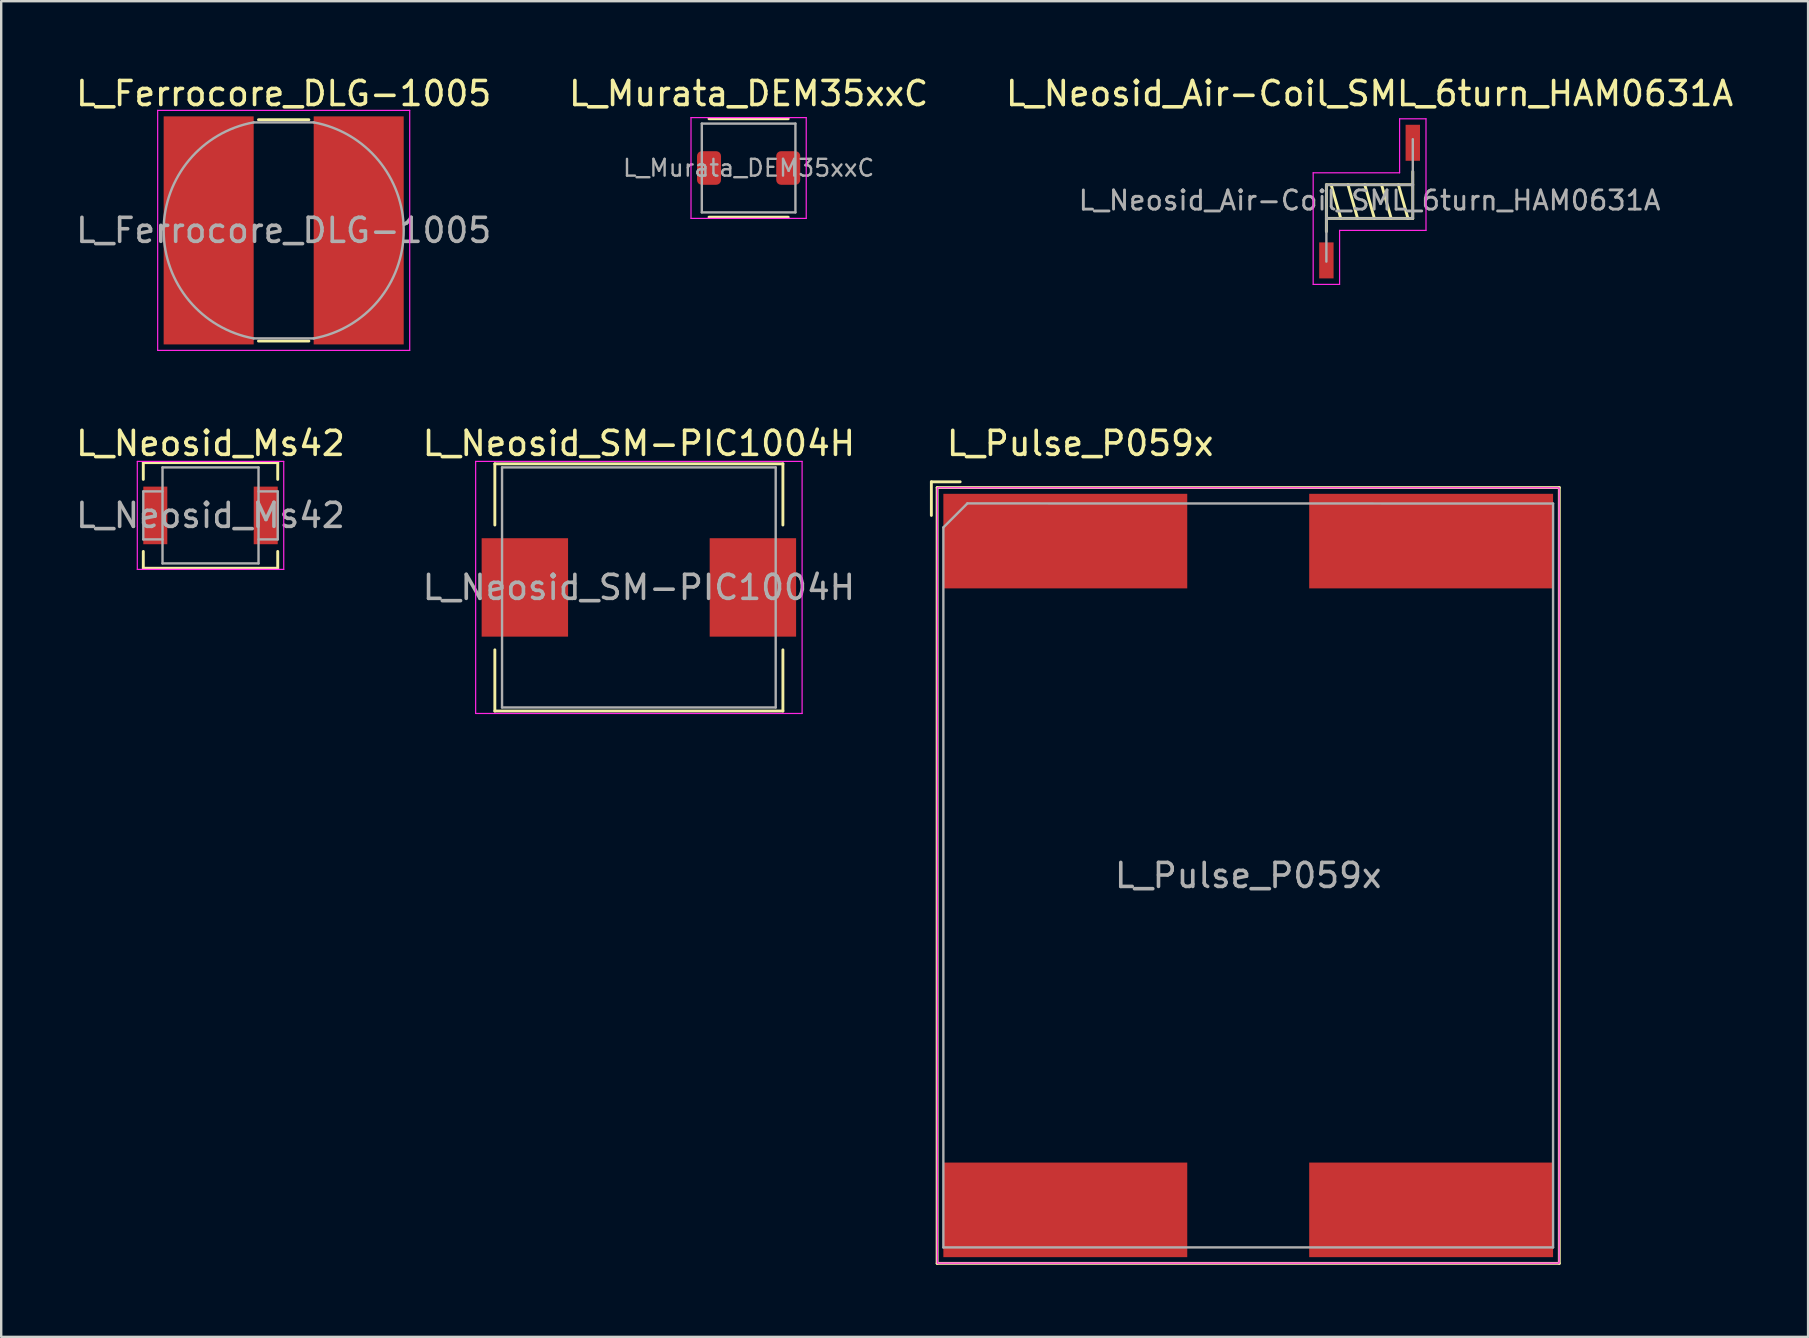
<source format=kicad_pcb>
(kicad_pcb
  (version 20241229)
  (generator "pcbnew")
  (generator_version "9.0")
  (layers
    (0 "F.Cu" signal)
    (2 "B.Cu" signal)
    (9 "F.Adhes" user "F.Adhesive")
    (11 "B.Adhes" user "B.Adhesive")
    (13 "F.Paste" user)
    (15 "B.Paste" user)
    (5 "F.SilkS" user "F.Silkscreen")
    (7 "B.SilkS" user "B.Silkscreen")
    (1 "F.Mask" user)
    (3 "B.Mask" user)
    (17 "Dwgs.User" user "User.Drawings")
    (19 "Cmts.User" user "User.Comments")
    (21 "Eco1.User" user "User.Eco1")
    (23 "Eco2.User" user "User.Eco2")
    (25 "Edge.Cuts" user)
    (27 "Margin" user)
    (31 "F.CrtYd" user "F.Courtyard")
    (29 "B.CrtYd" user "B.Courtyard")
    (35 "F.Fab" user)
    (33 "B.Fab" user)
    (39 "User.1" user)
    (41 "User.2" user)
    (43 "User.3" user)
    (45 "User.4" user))
  (footprint "L_Pulse_P059x"
    (layer "F.Cu")
    (at 48.95 33.422)
    (property "Reference" "L_Pulse_P059x" (at -7 -18 0) (unlocked yes) (layer "F.SilkS") (effects (font (size 1 1) (thickness 0.15))))
    (attr smd)
    (fp_line (start -13.2 -16.4) (end -12 -16.4) (stroke (width 0.12) (type solid)) (layer "F.SilkS"))
    (fp_line (start -13.2 -15) (end -13.2 -16.4) (stroke (width 0.12) (type solid)) (layer "F.SilkS"))
    (fp_line (start -12.96 -16.16) (end 12.96 -16.16) (stroke (width 0.12) (type solid)) (layer "F.SilkS"))
    (fp_line (start -12.96 16.16) (end -12.96 -16.16) (stroke (width 0.12) (type solid)) (layer "F.SilkS"))
    (fp_line (start 12.96 -16.16) (end 12.96 16.16) (stroke (width 0.12) (type solid)) (layer "F.SilkS"))
    (fp_line (start 12.96 16.16) (end -12.96 16.16) (stroke (width 0.12) (type solid)) (layer "F.SilkS"))
    (fp_rect (start -12.95 -16.15) (end 12.95 16.15) (stroke (width 0.05) (type solid)) (fill no) (layer "F.CrtYd"))
    (fp_line (start -12.7 -14.5) (end -11.7 -15.5) (stroke (width 0.1) (type solid)) (layer "F.Fab"))
    (fp_line (start -12.7 15.495) (end -12.7 -14.5) (stroke (width 0.1) (type solid)) (layer "F.Fab"))
    (fp_line (start -11.7 -15.5) (end 12.7 -15.495) (stroke (width 0.1) (type solid)) (layer "F.Fab"))
    (fp_line (start 12.7 -15.495) (end 12.7 15.495) (stroke (width 0.1) (type solid)) (layer "F.Fab"))
    (fp_line (start 12.7 15.495) (end -12.7 15.495) (stroke (width 0.1) (type solid)) (layer "F.Fab"))
    (fp_text user "${REFERENCE}" (at 0 0 0) (unlocked yes) (layer "F.Fab") (effects (font (size 1 1) (thickness 0.15))))
    (pad "1" smd rect (at -7.62 -13.93) (size 10.16 3.94) (layers "F.Cu" "F.Mask" "F.Paste"))
    (pad "2" smd rect (at 7.62 -13.93) (size 10.16 3.94) (layers "F.Cu" "F.Mask" "F.Paste"))
    (pad "3" smd rect (at 7.62 13.93) (size 10.16 3.94) (layers "F.Cu" "F.Mask" "F.Paste"))
    (pad "4" smd rect (at -7.62 13.93) (size 10.16 3.94) (layers "F.Cu" "F.Mask" "F.Paste")))
  (footprint "L_Neosid_Ms42"
    (layer "F.Cu")
    (at 5.72 18.422)
    (property "Reference" "L_Neosid_Ms42" (at 0 -3 0) (layer "F.SilkS") (effects (font (size 1 1) (thickness 0.15))))
    (attr smd)
    (fp_line (start -2.8 -2.2) (end -2.8 -1.5) (stroke (width 0.12) (type solid)) (layer "F.SilkS"))
    (fp_line (start -2.8 2.2) (end -2.8 1.5) (stroke (width 0.12) (type solid)) (layer "F.SilkS"))
    (fp_line (start 2.8 -2.2) (end -2.8 -2.2) (stroke (width 0.12) (type solid)) (layer "F.SilkS"))
    (fp_line (start 2.8 -2.2) (end 2.8 -1.5) (stroke (width 0.12) (type solid)) (layer "F.SilkS"))
    (fp_line (start 2.8 1.5) (end 2.8 2.2) (stroke (width 0.12) (type solid)) (layer "F.SilkS"))
    (fp_line (start 2.8 2.2) (end -2.8 2.2) (stroke (width 0.12) (type solid)) (layer "F.SilkS"))
    (fp_line (start -3.05 -2.25) (end -3.05 2.25) (stroke (width 0.05) (type solid)) (layer "F.CrtYd"))
    (fp_line (start -3.05 -2.25) (end 3.05 -2.25) (stroke (width 0.05) (type solid)) (layer "F.CrtYd"))
    (fp_line (start 3.05 2.25) (end -3.05 2.25) (stroke (width 0.05) (type solid)) (layer "F.CrtYd"))
    (fp_line (start 3.05 2.25) (end 3.05 -2.25) (stroke (width 0.05) (type solid)) (layer "F.CrtYd"))
    (fp_line (start -2.8 -1) (end -2 -1) (stroke (width 0.1) (type solid)) (layer "F.Fab"))
    (fp_line (start -2.8 1) (end -2.8 -1) (stroke (width 0.1) (type solid)) (layer "F.Fab"))
    (fp_line (start -2 -2) (end 2 -2) (stroke (width 0.1) (type solid)) (layer "F.Fab"))
    (fp_line (start -2 1) (end -2.8 1) (stroke (width 0.1) (type solid)) (layer "F.Fab"))
    (fp_line (start -2 2) (end -2 -2) (stroke (width 0.1) (type solid)) (layer "F.Fab"))
    (fp_line (start 2 -2) (end 2 2) (stroke (width 0.1) (type solid)) (layer "F.Fab"))
    (fp_line (start 2 -1) (end 2.8 -1) (stroke (width 0.1) (type solid)) (layer "F.Fab"))
    (fp_line (start 2 2) (end -2 2) (stroke (width 0.1) (type solid)) (layer "F.Fab"))
    (fp_line (start 2.8 -1) (end 2.8 1) (stroke (width 0.1) (type solid)) (layer "F.Fab"))
    (fp_line (start 2.8 1) (end 2 1) (stroke (width 0.1) (type solid)) (layer "F.Fab"))
    (fp_text user "${REFERENCE}" (at 0 0 0) (layer "F.Fab") (effects (font (size 1 1) (thickness 0.15))))
    (pad "1" smd rect (at -2.3 0) (size 1 2.4) (layers "F.Cu" "F.Mask" "F.Paste"))
    (pad "2" smd rect (at 2.3 0) (size 1 2.4) (layers "F.Cu" "F.Mask" "F.Paste")))
  (footprint "L_Neosid_SM-PIC1004H"
    (layer "F.Cu")
    (at 23.565 21.422)
    (property "Reference" "L_Neosid_SM-PIC1004H" (at 0 -6 0) (layer "F.SilkS") (effects (font (size 1 1) (thickness 0.15))))
    (attr smd)
    (fp_line (start -6 -5.15) (end -6 -2.6) (stroke (width 0.12) (type solid)) (layer "F.SilkS"))
    (fp_line (start -6 2.6) (end -6 5.15) (stroke (width 0.12) (type solid)) (layer "F.SilkS"))
    (fp_line (start -6 5.15) (end 6 5.15) (stroke (width 0.12) (type solid)) (layer "F.SilkS"))
    (fp_line (start 6 -5.15) (end -6 -5.15) (stroke (width 0.12) (type solid)) (layer "F.SilkS"))
    (fp_line (start 6 -2.6) (end 6 -5.15) (stroke (width 0.12) (type solid)) (layer "F.SilkS"))
    (fp_line (start 6 5.15) (end 6 2.6) (stroke (width 0.12) (type solid)) (layer "F.SilkS"))
    (fp_line (start -6.8 -5.25) (end -6.8 5.25) (stroke (width 0.05) (type solid)) (layer "F.CrtYd"))
    (fp_line (start -6.8 -5.25) (end 6.8 -5.25) (stroke (width 0.05) (type solid)) (layer "F.CrtYd"))
    (fp_line (start 6.8 5.25) (end -6.8 5.25) (stroke (width 0.05) (type solid)) (layer "F.CrtYd"))
    (fp_line (start 6.8 5.25) (end 6.8 -5.25) (stroke (width 0.05) (type solid)) (layer "F.CrtYd"))
    (fp_line (start -5.7 -5) (end 5.7 -5) (stroke (width 0.1) (type solid)) (layer "F.Fab"))
    (fp_line (start -5.7 5) (end -5.7 -5) (stroke (width 0.1) (type solid)) (layer "F.Fab"))
    (fp_line (start 5.7 -5) (end 5.7 5) (stroke (width 0.1) (type solid)) (layer "F.Fab"))
    (fp_line (start 5.7 5) (end -5.7 5) (stroke (width 0.1) (type solid)) (layer "F.Fab"))
    (fp_text user "${REFERENCE}" (at 0 0 0) (layer "F.Fab") (effects (font (size 1 1) (thickness 0.15))))
    (pad "1" smd rect (at -4.75 0) (size 3.6 4.1) (layers "F.Cu" "F.Mask" "F.Paste"))
    (pad "2" smd rect (at 4.75 0) (size 3.6 4.1) (layers "F.Cu" "F.Mask" "F.Paste")))
  (footprint "L_Murata_DEM35xxC"
    (layer "F.Cu")
    (at 28.137 3.948)
    (property "Reference" "L_Murata_DEM35xxC" (at 0 -3.1 0) (layer "F.SilkS") (effects (font (size 1 1) (thickness 0.15))))
    (attr smd)
    (fp_line (start -1.65 -2.05) (end 1.65 -2.05) (stroke (width 0.12) (type solid)) (layer "F.SilkS"))
    (fp_line (start -1.65 2.05) (end 1.65 2.05) (stroke (width 0.12) (type solid)) (layer "F.SilkS"))
    (fp_line (start -2.4 -2.1) (end -2.4 2.1) (stroke (width 0.05) (type solid)) (layer "F.CrtYd"))
    (fp_line (start -2.4 2.1) (end 2.4 2.1) (stroke (width 0.05) (type solid)) (layer "F.CrtYd"))
    (fp_line (start 2.4 -2.1) (end -2.4 -2.1) (stroke (width 0.05) (type solid)) (layer "F.CrtYd"))
    (fp_line (start 2.4 2.1) (end 2.4 -2.1) (stroke (width 0.05) (type solid)) (layer "F.CrtYd"))
    (fp_line (start -1.95 -1.85) (end 1.95 -1.85) (stroke (width 0.1) (type solid)) (layer "F.Fab"))
    (fp_line (start -1.95 1.85) (end -1.95 -1.85) (stroke (width 0.1) (type solid)) (layer "F.Fab"))
    (fp_line (start 1.95 -1.85) (end 1.95 1.85) (stroke (width 0.1) (type solid)) (layer "F.Fab"))
    (fp_line (start 1.95 1.85) (end -1.95 1.85) (stroke (width 0.1) (type solid)) (layer "F.Fab"))
    (fp_text user "${REFERENCE}" (at 0 0 0) (layer "F.Fab") (effects (font (size 0.7 0.7) (thickness 0.1))))
    (pad "1" smd roundrect (at -1.65 0) (size 1 1.4) (layers "F.Cu" "F.Mask" "F.Paste") (roundrect_rratio 0.2))
    (pad "2" smd roundrect (at 1.65 0) (size 1 1.4) (layers "F.Cu" "F.Mask" "F.Paste") (roundrect_rratio 0.2)))
  (footprint "L_Ferrocore_DLG-1005"
    (layer "F.Cu")
    (at 8.768 6.548)
    (property "Reference" "L_Ferrocore_DLG-1005" (at 0 -5.7 0) (layer "F.SilkS") (effects (font (size 1 1) (thickness 0.15))))
    (attr smd)
    (fp_line (start -1.05 -4.61) (end 1.05 -4.61) (stroke (width 0.12) (type solid)) (layer "F.SilkS"))
    (fp_line (start -1.05 4.61) (end 1.05 4.61) (stroke (width 0.12) (type solid)) (layer "F.SilkS"))
    (fp_line (start -5.25 -5) (end -5.25 5) (stroke (width 0.05) (type solid)) (layer "F.CrtYd"))
    (fp_line (start -5.25 5) (end 5.25 5) (stroke (width 0.05) (type solid)) (layer "F.CrtYd"))
    (fp_line (start 5.25 -5) (end -5.25 -5) (stroke (width 0.05) (type solid)) (layer "F.CrtYd"))
    (fp_line (start 5.25 5) (end 5.25 -5) (stroke (width 0.05) (type solid)) (layer "F.CrtYd"))
    (fp_line (start -1.25 -4.5) (end 1.25 -4.5) (stroke (width 0.1) (type solid)) (layer "F.Fab"))
    (fp_line (start -1.25 4.5) (end 1.25 4.5) (stroke (width 0.1) (type solid)) (layer "F.Fab"))
    (fp_arc (start -1.25 4.5) (mid -5 0) (end -1.25 -4.5) (stroke (width 0.1) (type solid)) (layer "F.Fab"))
    (fp_arc (start 1.25 -4.5) (mid 5 0) (end 1.25 4.5) (stroke (width 0.1) (type solid)) (layer "F.Fab"))
    (fp_text user "${REFERENCE}" (at 0 0 0) (layer "F.Fab") (effects (font (size 1 1) (thickness 0.15))))
    (pad "1" smd rect (at -3.125 0) (size 3.75 9.5) (layers "F.Cu" "F.Mask" "F.Paste"))
    (pad "2" smd rect (at 3.125 0) (size 3.75 9.5) (layers "F.Cu" "F.Mask" "F.Paste")))
  (footprint "L_Neosid_Air-Coil_SML_6turn_HAM0631A"
    (layer "F.Cu")
    (at 54.006 5.348)
    (property "Reference" "L_Neosid_Air-Coil_SML_6turn_HAM0631A" (at 0 -4.5 0) (layer "F.SilkS") (effects (font (size 1 1) (thickness 0.15))))
    (attr smd)
    (fp_line (start -1.8 -0.7) (end -1.8 1.25) (stroke (width 0.12) (type solid)) (layer "F.SilkS"))
    (fp_line (start -1.8 -0.7) (end 1.8 -0.7) (stroke (width 0.12) (type solid)) (layer "F.SilkS"))
    (fp_line (start -1.6 -0.7) (end -1.2 0.7) (stroke (width 0.12) (type solid)) (layer "F.SilkS"))
    (fp_line (start -0.9 -0.7) (end -0.5 0.7) (stroke (width 0.12) (type solid)) (layer "F.SilkS"))
    (fp_line (start -0.2 -0.7) (end 0.2 0.7) (stroke (width 0.12) (type solid)) (layer "F.SilkS"))
    (fp_line (start 0.5 -0.7) (end 0.9 0.7) (stroke (width 0.12) (type solid)) (layer "F.SilkS"))
    (fp_line (start 1.2 -0.7) (end 1.6 0.7) (stroke (width 0.12) (type solid)) (layer "F.SilkS"))
    (fp_line (start 1.8 0.7) (end -1.8 0.7) (stroke (width 0.12) (type solid)) (layer "F.SilkS"))
    (fp_line (start 1.8 0.7) (end 1.8 -1.25) (stroke (width 0.12) (type solid)) (layer "F.SilkS"))
    (fp_line (start -2.35 -1.2) (end -2.35 3.45) (stroke (width 0.05) (type solid)) (layer "F.CrtYd"))
    (fp_line (start -2.35 3.45) (end -1.25 3.45) (stroke (width 0.05) (type solid)) (layer "F.CrtYd"))
    (fp_line (start -1.25 1.2) (end 2.35 1.2) (stroke (width 0.05) (type solid)) (layer "F.CrtYd"))
    (fp_line (start -1.25 3.45) (end -1.25 1.2) (stroke (width 0.05) (type solid)) (layer "F.CrtYd"))
    (fp_line (start 1.25 -3.45) (end 1.25 -1.2) (stroke (width 0.05) (type solid)) (layer "F.CrtYd"))
    (fp_line (start 1.25 -1.2) (end -2.35 -1.2) (stroke (width 0.05) (type solid)) (layer "F.CrtYd"))
    (fp_line (start 2.35 -3.45) (end 1.25 -3.45) (stroke (width 0.05) (type solid)) (layer "F.CrtYd"))
    (fp_line (start 2.35 1.2) (end 2.35 -3.45) (stroke (width 0.05) (type solid)) (layer "F.CrtYd"))
    (fp_line (start -1.8 -0.7) (end 1.8 -0.7) (stroke (width 0.1) (type solid)) (layer "F.Fab"))
    (fp_line (start -1.8 0.7) (end 1.8 0.7) (stroke (width 0.1) (type solid)) (layer "F.Fab"))
    (fp_line (start -1.8 2.5) (end -1.8 -0.7) (stroke (width 0.1) (type solid)) (layer "F.Fab"))
    (fp_line (start 1.8 0.7) (end 1.8 -2.6) (stroke (width 0.1) (type solid)) (layer "F.Fab"))
    (fp_text user "${REFERENCE}" (at 0 -0.05 0) (layer "F.Fab") (effects (font (size 0.8 0.8) (thickness 0.12))))
    (pad "1" smd rect (at -1.8 2.45) (size 0.6 1.5) (layers "F.Cu" "F.Mask" "F.Paste"))
    (pad "2" smd rect (at 1.8 -2.45) (size 0.6 1.5) (layers "F.Cu" "F.Mask" "F.Paste")))
  (gr_rect
    (start -3 -3)
    (end 72.274 52.642)
    (stroke (width 0.1) (type default))
    (fill no)
    (layer "Edge.Cuts")))
</source>
